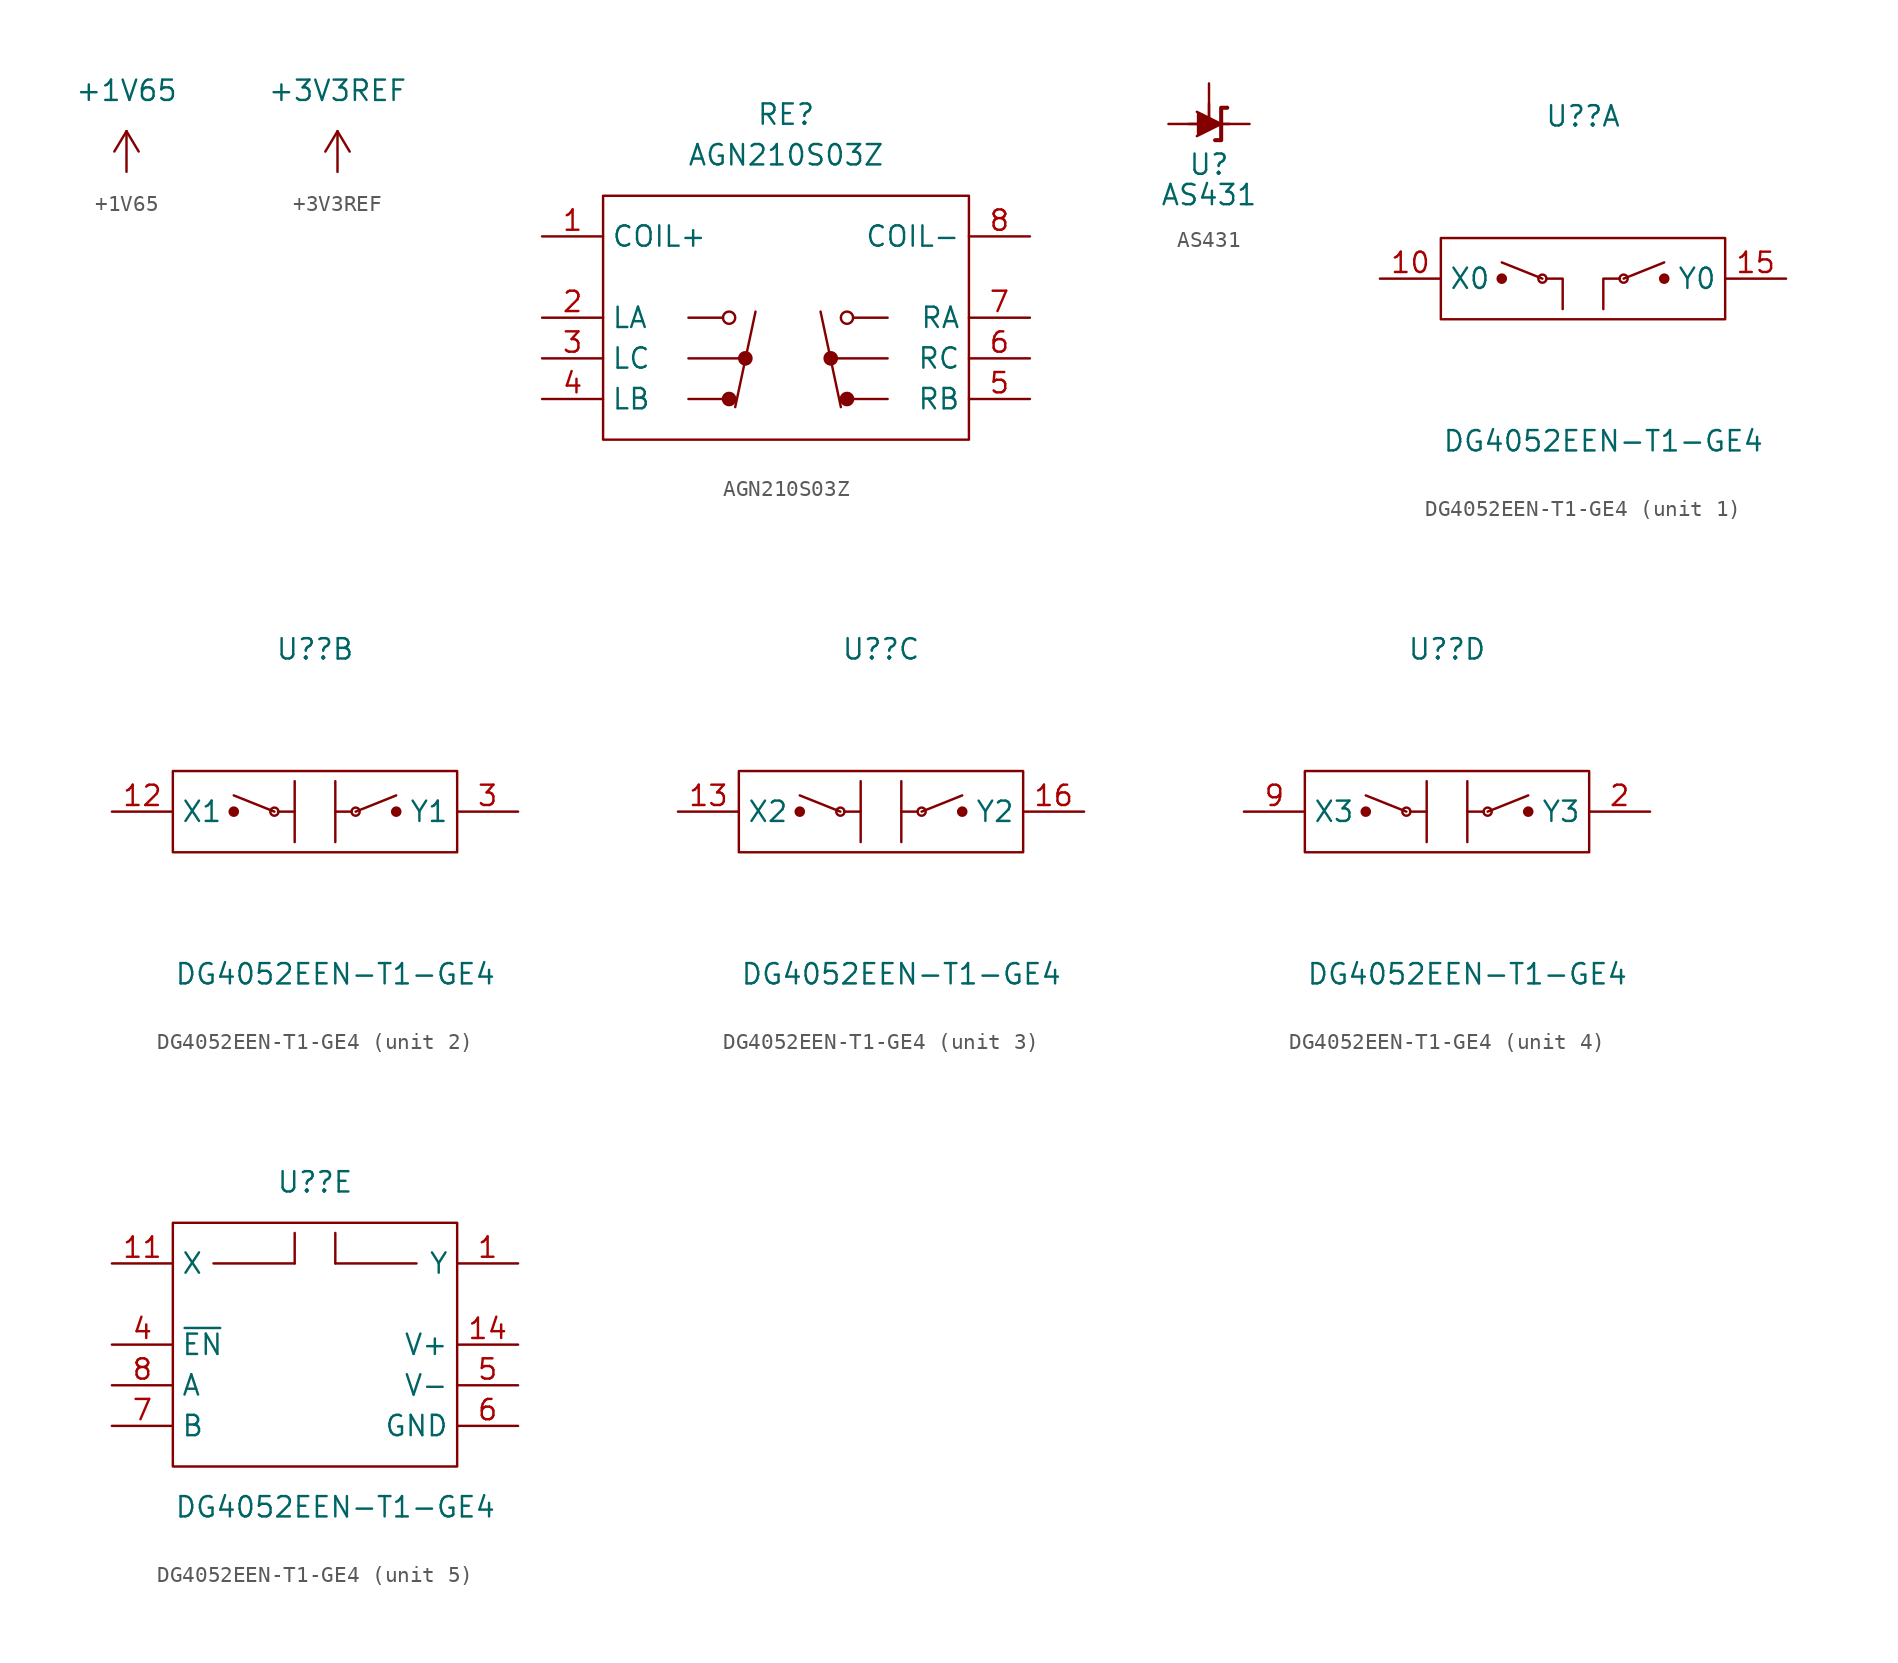
<source format=kicad_sym>
(kicad_symbol_lib
  (version 20211014)
  (generator kicad_symbol_editor)
  (symbol "+1V65"
    (power)
    (pin_names
      (offset 0))
    (property "Reference" "#PWR?"
      (at 0 -3.81 0)
      (effects (font (size 1.27 1.27)) hide))
    (property "Value" "+1V65"
      (at 0 5.08 0)
      (effects (font (size 1.27 1.27))))
    (symbol "+1V65_0_1"
      (polyline (pts (xy -0.762 1.27) (xy 0 2.54)) (stroke (width 0) (type default) (color 0 0 0 0)) (fill (type none)))
      (polyline (pts (xy 0 0) (xy 0 2.54)) (stroke (width 0) (type default) (color 0 0 0 0)) (fill (type none)))
      (polyline (pts (xy 0 2.54) (xy 0.762 1.27)) (stroke (width 0) (type default) (color 0 0 0 0)) (fill (type none))))
    (symbol "+1V65_1_1"
      (pin power_in line (at 0 0 90) (length 0) hide (name "+1V65" (effects (font (size 1.27 1.27)))) (number "1" (effects (font (size 1.27 1.27)))))))
  (symbol "+3V3REF"
    (power)
    (pin_names
      (offset 0))
    (property "Reference" "#PWR?"
      (at 0 -3.81 0)
      (effects (font (size 1.27 1.27)) hide))
    (property "Value" "+3V3REF"
      (at 0 5.08 0)
      (effects (font (size 1.27 1.27))))
    (symbol "+3V3REF_0_1"
      (polyline (pts (xy -0.762 1.27) (xy 0 2.54)) (stroke (width 0) (type default) (color 0 0 0 0)) (fill (type none)))
      (polyline (pts (xy 0 0) (xy 0 2.54)) (stroke (width 0) (type default) (color 0 0 0 0)) (fill (type none)))
      (polyline (pts (xy 0 2.54) (xy 0.762 1.27)) (stroke (width 0) (type default) (color 0 0 0 0)) (fill (type none))))
    (symbol "+3V3REF_1_1"
      (pin power_in line (at 0 0 90) (length 0) hide (name "+3V3REF" (effects (font (size 1.27 1.27)))) (number "1" (effects (font (size 1.27 1.27)))))))
  (symbol "AGN210S03Z"
    (property "Reference" "RE"
      (at 0 12.7 0)
      (effects (font (size 1.27 1.27))))
    (property "Value" "AGN210S03Z"
      (at 0 10.16 0)
      (effects (font (size 1.27 1.27))))
    (symbol "AGN210S03Z_0_1"
      (rectangle (start -11.43 7.62) (end 11.43 -7.62) (stroke (width 0) (type default) (color 0 0 0 0)) (fill (type none)))
      (circle (center -3.556 -5.08) (radius 0.381) (stroke (width 0) (type default) (color 0 0 0 0)) (fill (type outline)))
      (circle (center -3.556 0) (radius 0.381) (stroke (width 0) (type default) (color 0 0 0 0)) (fill (type none)))
      (circle (center -2.54 -2.54) (radius 0.381) (stroke (width 0) (type default) (color 0 0 0 0)) (fill (type outline)))
      (polyline (pts (xy -3.937 -5.08) (xy -6.096 -5.08)) (stroke (width 0) (type default) (color 0 0 0 0)) (fill (type none)))
      (polyline (pts (xy -3.937 0) (xy -6.096 0)) (stroke (width 0) (type default) (color 0 0 0 0)) (fill (type none)))
      (polyline (pts (xy -3.175 -5.588) (xy -1.905 0.381)) (stroke (width 0) (type default) (color 0 0 0 0)) (fill (type none)))
      (polyline (pts (xy -2.921 -2.54) (xy -6.096 -2.54)) (stroke (width 0) (type default) (color 0 0 0 0)) (fill (type none)))
      (polyline (pts (xy 3.175 -2.54) (xy 6.35 -2.54)) (stroke (width 0) (type default) (color 0 0 0 0)) (fill (type none)))
      (polyline (pts (xy 3.429 -5.588) (xy 2.159 0.381)) (stroke (width 0) (type default) (color 0 0 0 0)) (fill (type none)))
      (polyline (pts (xy 4.191 -5.08) (xy 6.35 -5.08)) (stroke (width 0) (type default) (color 0 0 0 0)) (fill (type none)))
      (polyline (pts (xy 4.191 0) (xy 6.35 0)) (stroke (width 0) (type default) (color 0 0 0 0)) (fill (type none)))
      (circle (center 2.794 -2.54) (radius 0.381) (stroke (width 0) (type default) (color 0 0 0 0)) (fill (type outline)))
      (circle (center 3.81 -5.08) (radius 0.381) (stroke (width 0) (type default) (color 0 0 0 0)) (fill (type outline)))
      (circle (center 3.81 0) (radius 0.381) (stroke (width 0) (type default) (color 0 0 0 0)) (fill (type none))))
    (symbol "AGN210S03Z_1_1"
      (pin bidirectional line (at -15.24 5.08 0) (length 3.81) (name "COIL+" (effects (font (size 1.27 1.27)))) (number "1" (effects (font (size 1.27 1.27)))))
      (pin passive line (at -15.24 0 0) (length 3.81) (name "LA" (effects (font (size 1.27 1.27)))) (number "2" (effects (font (size 1.27 1.27)))))
      (pin passive line (at -15.24 -2.54 0) (length 3.81) (name "LC" (effects (font (size 1.27 1.27)))) (number "3" (effects (font (size 1.27 1.27)))))
      (pin passive line (at -15.24 -5.08 0) (length 3.81) (name "LB" (effects (font (size 1.27 1.27)))) (number "4" (effects (font (size 1.27 1.27)))))
      (pin passive line (at 15.24 -5.08 180) (length 3.81) (name "RB" (effects (font (size 1.27 1.27)))) (number "5" (effects (font (size 1.27 1.27)))))
      (pin passive line (at 15.24 -2.54 180) (length 3.81) (name "RC" (effects (font (size 1.27 1.27)))) (number "6" (effects (font (size 1.27 1.27)))))
      (pin passive line (at 15.24 0 180) (length 3.81) (name "RA" (effects (font (size 1.27 1.27)))) (number "7" (effects (font (size 1.27 1.27)))))
      (pin bidirectional line (at 15.24 5.08 180) (length 3.81) (name "COIL-" (effects (font (size 1.27 1.27)))) (number "8" (effects (font (size 1.27 1.27)))))))
  (symbol "AS431"
    (pin_numbers hide)
    (pin_names hide)
    (property "Reference" "U"
      (at 0 -2.54 0)
      (effects (font (size 1.27 1.27))))
    (property "Value" "AS431"
      (at 0 -4.445 0)
      (effects (font (size 1.27 1.27))))
    (symbol "AS431_0_1"
      (polyline (pts (xy -1.27 0) (xy 0 0) (xy 1.27 0)) (stroke (width 0) (type default) (color 0 0 0 0)) (fill (type none)))
      (polyline (pts (xy -0.762 0.762) (xy 0.762 0) (xy -0.762 -0.762)) (stroke (width 0) (type default) (color 0 0 0 0)) (fill (type outline)))
      (polyline (pts (xy 0.381 -1.016) (xy 0.762 -1.016) (xy 0.762 1.016) (xy 1.143 1.016)) (stroke (width 0.254) (type default) (color 0 0 0 0)) (fill (type none))))
    (symbol "AS431_1_1"
      (polyline (pts (xy 0 1.27) (xy 0 0)) (stroke (width 0) (type default) (color 0 0 0 0)) (fill (type none)))
      (pin passive line (at 0 2.54 270) (length 2.54) (name "REF" (effects (font (size 1.27 1.27)))) (number "1" (effects (font (size 1.27 1.27)))))
      (pin passive line (at -2.54 0 0) (length 2.54) (name "A" (effects (font (size 1.27 1.27)))) (number "2" (effects (font (size 1.27 1.27)))))
      (pin passive line (at 2.54 0 180) (length 2.54) (name "K" (effects (font (size 1.27 1.27)))) (number "3" (effects (font (size 1.27 1.27)))))))
  (symbol "DG4052EEN-T1-GE4"
    (property "Reference" "U?"
      (at 0 10.16 0)
      (effects (font (size 1.27 1.27))))
    (property "Value" "DG4052EEN-T1-GE4"
      (at 1.27 -10.16 0)
      (effects (font (size 1.27 1.27))))
    (property "ki_locked" ""
      (at 0 0 0)
      (effects (font (size 1.27 1.27))))
    (symbol "DG4052EEN-T1-GE4_1_1"
      (rectangle (start -8.89 2.54) (end 8.89 -2.54) (stroke (width 0) (type default) (color 0 0 0 0)) (fill (type none)))
      (circle (center -5.08 0) (radius 0.254) (stroke (width 0) (type default) (color 0 0 0 0)) (fill (type outline)))
      (circle (center -2.54 0) (radius 0.254) (stroke (width 0) (type default) (color 0 0 0 0)) (fill (type none)))
      (polyline (pts (xy -2.54 0) (xy -5.08 1.016)) (stroke (width 0) (type default) (color 0 0 0 0)) (fill (type none)))
      (polyline (pts (xy 2.54 0) (xy 5.08 1.016)) (stroke (width 0) (type default) (color 0 0 0 0)) (fill (type none)))
      (polyline (pts (xy -1.27 -1.905) (xy -1.27 0) (xy -2.286 0)) (stroke (width 0) (type default) (color 0 0 0 0)) (fill (type none)))
      (polyline (pts (xy 1.27 -1.905) (xy 1.27 0) (xy 2.286 0)) (stroke (width 0) (type default) (color 0 0 0 0)) (fill (type none)))
      (circle (center 2.54 0) (radius 0.254) (stroke (width 0) (type default) (color 0 0 0 0)) (fill (type none)))
      (circle (center 5.08 0) (radius 0.254) (stroke (width 0) (type default) (color 0 0 0 0)) (fill (type outline)))
      (pin passive line (at -12.7 0 0) (length 3.81) (name "X0" (effects (font (size 1.27 1.27)))) (number "10" (effects (font (size 1.27 1.27)))))
      (pin passive line (at 12.7 0 180) (length 3.81) (name "Y0" (effects (font (size 1.27 1.27)))) (number "15" (effects (font (size 1.27 1.27))))))
    (symbol "DG4052EEN-T1-GE4_2_1"
      (rectangle (start -8.89 2.54) (end 8.89 -2.54) (stroke (width 0) (type default) (color 0 0 0 0)) (fill (type none)))
      (circle (center -5.08 0) (radius 0.254) (stroke (width 0) (type default) (color 0 0 0 0)) (fill (type outline)))
      (circle (center -2.54 0) (radius 0.254) (stroke (width 0) (type default) (color 0 0 0 0)) (fill (type none)))
      (polyline (pts (xy -2.54 0) (xy -5.08 1.016)) (stroke (width 0) (type default) (color 0 0 0 0)) (fill (type none)))
      (polyline (pts (xy -1.27 0) (xy -1.27 -1.905)) (stroke (width 0) (type default) (color 0 0 0 0)) (fill (type none)))
      (polyline (pts (xy 1.27 0) (xy 1.27 -1.905)) (stroke (width 0) (type default) (color 0 0 0 0)) (fill (type none)))
      (polyline (pts (xy 2.54 0) (xy 5.08 1.016)) (stroke (width 0) (type default) (color 0 0 0 0)) (fill (type none)))
      (polyline (pts (xy -1.27 1.905) (xy -1.27 0) (xy -2.286 0)) (stroke (width 0) (type default) (color 0 0 0 0)) (fill (type none)))
      (polyline (pts (xy 1.27 1.905) (xy 1.27 0) (xy 2.286 0)) (stroke (width 0) (type default) (color 0 0 0 0)) (fill (type none)))
      (circle (center 2.54 0) (radius 0.254) (stroke (width 0) (type default) (color 0 0 0 0)) (fill (type none)))
      (circle (center 5.08 0) (radius 0.254) (stroke (width 0) (type default) (color 0 0 0 0)) (fill (type outline)))
      (pin passive line (at -12.7 0 0) (length 3.81) (name "X1" (effects (font (size 1.27 1.27)))) (number "12" (effects (font (size 1.27 1.27)))))
      (pin passive line (at 12.7 0 180) (length 3.81) (name "Y1" (effects (font (size 1.27 1.27)))) (number "3" (effects (font (size 1.27 1.27))))))
    (symbol "DG4052EEN-T1-GE4_3_1"
      (rectangle (start -8.89 2.54) (end 8.89 -2.54) (stroke (width 0) (type default) (color 0 0 0 0)) (fill (type none)))
      (circle (center -5.08 0) (radius 0.254) (stroke (width 0) (type default) (color 0 0 0 0)) (fill (type outline)))
      (circle (center -2.54 0) (radius 0.254) (stroke (width 0) (type default) (color 0 0 0 0)) (fill (type none)))
      (polyline (pts (xy -2.54 0) (xy -5.08 1.016)) (stroke (width 0) (type default) (color 0 0 0 0)) (fill (type none)))
      (polyline (pts (xy -1.27 0) (xy -1.27 -1.905)) (stroke (width 0) (type default) (color 0 0 0 0)) (fill (type none)))
      (polyline (pts (xy 1.27 0) (xy 1.27 -1.905)) (stroke (width 0) (type default) (color 0 0 0 0)) (fill (type none)))
      (polyline (pts (xy 2.54 0) (xy 5.08 1.016)) (stroke (width 0) (type default) (color 0 0 0 0)) (fill (type none)))
      (polyline (pts (xy -1.27 1.905) (xy -1.27 0) (xy -2.286 0)) (stroke (width 0) (type default) (color 0 0 0 0)) (fill (type none)))
      (polyline (pts (xy 1.27 1.905) (xy 1.27 0) (xy 2.286 0)) (stroke (width 0) (type default) (color 0 0 0 0)) (fill (type none)))
      (circle (center 2.54 0) (radius 0.254) (stroke (width 0) (type default) (color 0 0 0 0)) (fill (type none)))
      (circle (center 5.08 0) (radius 0.254) (stroke (width 0) (type default) (color 0 0 0 0)) (fill (type outline)))
      (pin passive line (at -12.7 0 0) (length 3.81) (name "X2" (effects (font (size 1.27 1.27)))) (number "13" (effects (font (size 1.27 1.27)))))
      (pin passive line (at 12.7 0 180) (length 3.81) (name "Y2" (effects (font (size 1.27 1.27)))) (number "16" (effects (font (size 1.27 1.27))))))
    (symbol "DG4052EEN-T1-GE4_4_1"
      (rectangle (start -8.89 2.54) (end 8.89 -2.54) (stroke (width 0) (type default) (color 0 0 0 0)) (fill (type none)))
      (circle (center -5.08 0) (radius 0.254) (stroke (width 0) (type default) (color 0 0 0 0)) (fill (type outline)))
      (circle (center -2.54 0) (radius 0.254) (stroke (width 0) (type default) (color 0 0 0 0)) (fill (type none)))
      (polyline (pts (xy -2.54 0) (xy -5.08 1.016)) (stroke (width 0) (type default) (color 0 0 0 0)) (fill (type none)))
      (polyline (pts (xy -1.27 0) (xy -1.27 -1.905)) (stroke (width 0) (type default) (color 0 0 0 0)) (fill (type none)))
      (polyline (pts (xy 1.27 0) (xy 1.27 -1.905)) (stroke (width 0) (type default) (color 0 0 0 0)) (fill (type none)))
      (polyline (pts (xy 2.54 0) (xy 5.08 1.016)) (stroke (width 0) (type default) (color 0 0 0 0)) (fill (type none)))
      (polyline (pts (xy -1.27 1.905) (xy -1.27 0) (xy -2.286 0)) (stroke (width 0) (type default) (color 0 0 0 0)) (fill (type none)))
      (polyline (pts (xy 1.27 1.905) (xy 1.27 0) (xy 2.286 0)) (stroke (width 0) (type default) (color 0 0 0 0)) (fill (type none)))
      (circle (center 2.54 0) (radius 0.254) (stroke (width 0) (type default) (color 0 0 0 0)) (fill (type none)))
      (circle (center 5.08 0) (radius 0.254) (stroke (width 0) (type default) (color 0 0 0 0)) (fill (type outline)))
      (pin passive line (at 12.7 0 180) (length 3.81) (name "Y3" (effects (font (size 1.27 1.27)))) (number "2" (effects (font (size 1.27 1.27)))))
      (pin passive line (at -12.7 0 0) (length 3.81) (name "X3" (effects (font (size 1.27 1.27)))) (number "9" (effects (font (size 1.27 1.27))))))
    (symbol "DG4052EEN-T1-GE4_5_1"
      (rectangle (start -8.89 7.62) (end 8.89 -7.62) (stroke (width 0) (type default) (color 0 0 0 0)) (fill (type none)))
      (polyline (pts (xy -6.35 5.08) (xy -1.27 5.08)) (stroke (width 0) (type default) (color 0 0 0 0)) (fill (type none)))
      (polyline (pts (xy -1.27 5.08) (xy -1.27 6.985)) (stroke (width 0) (type default) (color 0 0 0 0)) (fill (type none)))
      (polyline (pts (xy 1.27 5.08) (xy 6.35 5.08)) (stroke (width 0) (type default) (color 0 0 0 0)) (fill (type none)))
      (polyline (pts (xy 1.27 6.985) (xy 1.27 5.08)) (stroke (width 0) (type default) (color 0 0 0 0)) (fill (type none)))
      (pin passive line (at 12.7 5.08 180) (length 3.81) (name "Y" (effects (font (size 1.27 1.27)))) (number "1" (effects (font (size 1.27 1.27)))))
      (pin passive line (at -12.7 5.08 0) (length 3.81) (name "X" (effects (font (size 1.27 1.27)))) (number "11" (effects (font (size 1.27 1.27)))))
      (pin power_in line (at 12.7 0 180) (length 3.81) (name "V+" (effects (font (size 1.27 1.27)))) (number "14" (effects (font (size 1.27 1.27)))))
      (pin input line (at -12.7 0 0) (length 3.81) (name "~{EN}" (effects (font (size 1.27 1.27)))) (number "4" (effects (font (size 1.27 1.27)))))
      (pin power_in line (at 12.7 -2.54 180) (length 3.81) (name "V-" (effects (font (size 1.27 1.27)))) (number "5" (effects (font (size 1.27 1.27)))))
      (pin power_in line (at 12.7 -5.08 180) (length 3.81) (name "GND" (effects (font (size 1.27 1.27)))) (number "6" (effects (font (size 1.27 1.27)))))
      (pin input line (at -12.7 -5.08 0) (length 3.81) (name "B" (effects (font (size 1.27 1.27)))) (number "7" (effects (font (size 1.27 1.27)))))
      (pin input line (at -12.7 -2.54 0) (length 3.81) (name "A" (effects (font (size 1.27 1.27)))) (number "8" (effects (font (size 1.27 1.27))))))))
</source>
